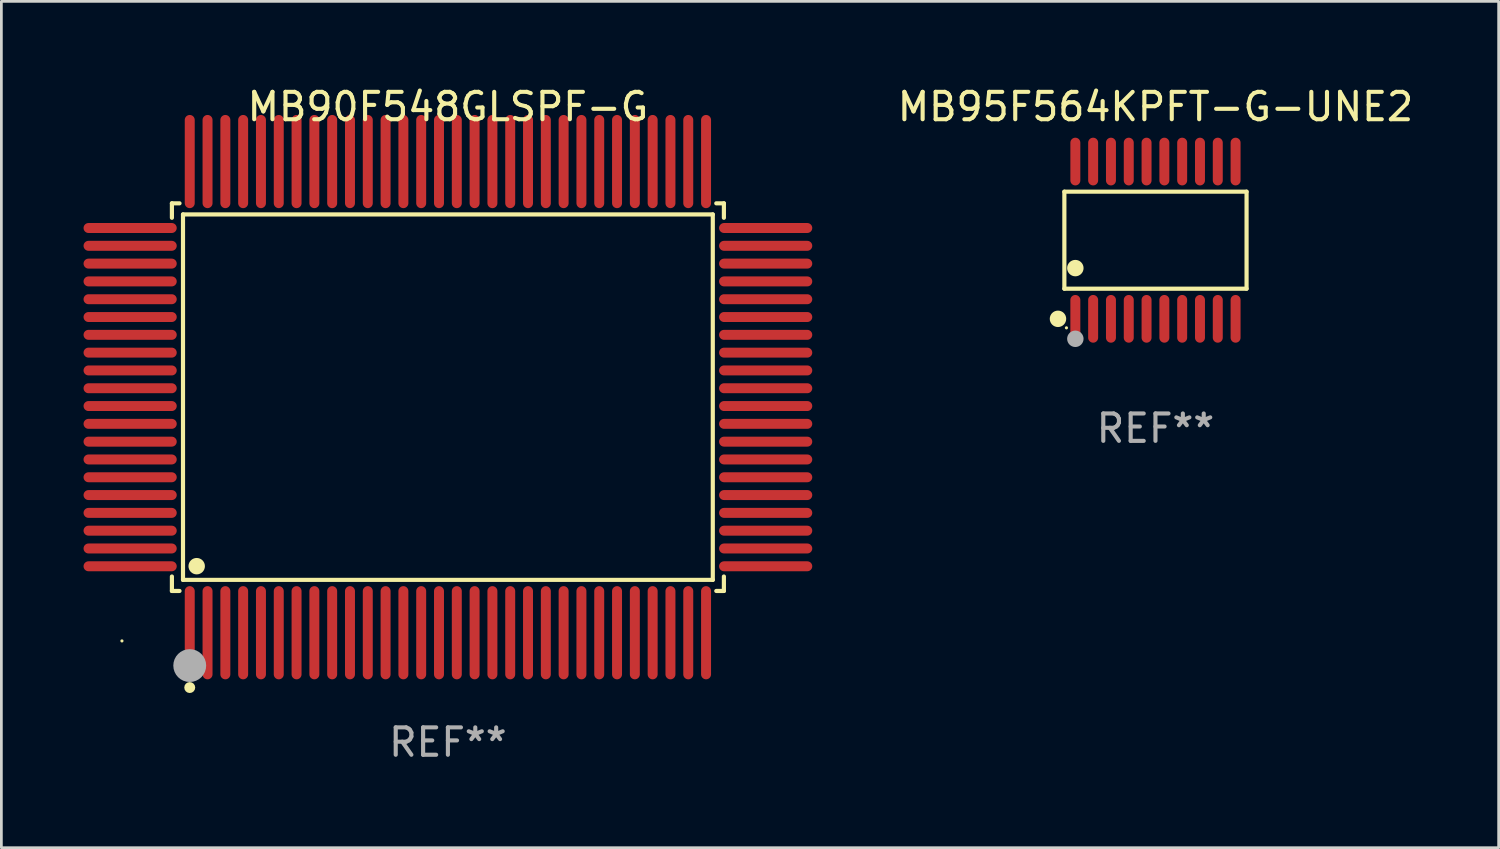
<source format=kicad_pcb>
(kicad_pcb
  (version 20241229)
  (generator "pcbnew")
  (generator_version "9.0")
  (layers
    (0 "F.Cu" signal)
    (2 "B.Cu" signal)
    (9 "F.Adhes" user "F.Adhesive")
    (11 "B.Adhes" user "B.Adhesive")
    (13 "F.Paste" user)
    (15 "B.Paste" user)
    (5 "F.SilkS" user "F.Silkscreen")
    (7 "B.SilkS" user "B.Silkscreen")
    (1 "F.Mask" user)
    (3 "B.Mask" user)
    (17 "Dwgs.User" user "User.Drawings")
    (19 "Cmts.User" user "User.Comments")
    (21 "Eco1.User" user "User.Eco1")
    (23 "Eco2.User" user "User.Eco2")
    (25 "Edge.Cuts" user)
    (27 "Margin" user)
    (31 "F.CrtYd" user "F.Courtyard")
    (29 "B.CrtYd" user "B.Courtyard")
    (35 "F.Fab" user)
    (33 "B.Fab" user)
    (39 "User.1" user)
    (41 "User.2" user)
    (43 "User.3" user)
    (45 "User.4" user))
  (footprint "MB90F548GLSPF-G"
    (layer "F.Cu")
    (at 13.302 11.449)
    (property "Reference" "MB90F548GLSPF-G" (at 0 -10.601 0) (layer "F.SilkS") (effects (font (size 1 1) (thickness 0.15))))
    (attr through_hole)
    (fp_line (start -10.076 -7.076) (end -9.798 -7.076) (stroke (width 0.152) (type solid)) (layer "F.SilkS"))
    (fp_line (start -10.076 -6.548) (end -10.076 -7.076) (stroke (width 0.152) (type solid)) (layer "F.SilkS"))
    (fp_line (start -10.076 6.548) (end -10.076 7.076) (stroke (width 0.152) (type solid)) (layer "F.SilkS"))
    (fp_line (start -10.076 7.076) (end -9.798 7.076) (stroke (width 0.152) (type solid)) (layer "F.SilkS"))
    (fp_line (start -9.671 -6.671) (end 9.671 -6.671) (stroke (width 0.152) (type solid)) (layer "F.SilkS"))
    (fp_line (start -9.671 6.671) (end -9.671 -6.671) (stroke (width 0.152) (type solid)) (layer "F.SilkS"))
    (fp_line (start 9.671 -6.671) (end 9.671 6.671) (stroke (width 0.152) (type solid)) (layer "F.SilkS"))
    (fp_line (start 9.671 6.671) (end -9.671 6.671) (stroke (width 0.152) (type solid)) (layer "F.SilkS"))
    (fp_line (start 10.076 -7.076) (end 9.798 -7.076) (stroke (width 0.152) (type solid)) (layer "F.SilkS"))
    (fp_line (start 10.076 -6.548) (end 10.076 -7.076) (stroke (width 0.152) (type solid)) (layer "F.SilkS"))
    (fp_line (start 10.076 6.548) (end 10.076 7.076) (stroke (width 0.152) (type solid)) (layer "F.SilkS"))
    (fp_line (start 10.076 7.076) (end 9.798 7.076) (stroke (width 0.152) (type solid)) (layer "F.SilkS"))
    (fp_circle (center -11.9 8.9) (end -11.87 8.9) (stroke (width 0.06) (type solid)) (fill no) (layer "F.SilkS"))
    (fp_circle (center -9.425 10.602) (end -9.325 10.602) (stroke (width 0.2) (type solid)) (fill no) (layer "F.SilkS"))
    (fp_circle (center -9.171 6.171) (end -9.021 6.171) (stroke (width 0.3) (type solid)) (fill no) (layer "F.SilkS"))
    (fp_circle (center -9.425 9.8) (end -9.125 9.8) (stroke (width 0.6) (type solid)) (fill no) (layer "F.Fab"))
    (fp_text user "REF**" (at 0 12.601 0) (layer "F.Fab") (effects (font (size 1 1) (thickness 0.15))))
    (pad "1" smd oval (at -9.425 8.601) (size 0.364 3.402) (layers "F.Cu" "F.Mask" "F.Paste"))
    (pad "2" smd oval (at -8.775 8.601) (size 0.364 3.402) (layers "F.Cu" "F.Mask" "F.Paste"))
    (pad "3" smd oval (at -8.125 8.601) (size 0.364 3.402) (layers "F.Cu" "F.Mask" "F.Paste"))
    (pad "4" smd oval (at -7.475 8.601) (size 0.364 3.402) (layers "F.Cu" "F.Mask" "F.Paste"))
    (pad "5" smd oval (at -6.825 8.601) (size 0.364 3.402) (layers "F.Cu" "F.Mask" "F.Paste"))
    (pad "6" smd oval (at -6.175 8.601) (size 0.364 3.402) (layers "F.Cu" "F.Mask" "F.Paste"))
    (pad "7" smd oval (at -5.525 8.601) (size 0.364 3.402) (layers "F.Cu" "F.Mask" "F.Paste"))
    (pad "8" smd oval (at -4.875 8.601) (size 0.364 3.402) (layers "F.Cu" "F.Mask" "F.Paste"))
    (pad "9" smd oval (at -4.225 8.601) (size 0.364 3.402) (layers "F.Cu" "F.Mask" "F.Paste"))
    (pad "10" smd oval (at -3.575 8.601) (size 0.364 3.402) (layers "F.Cu" "F.Mask" "F.Paste"))
    (pad "11" smd oval (at -2.925 8.601) (size 0.364 3.402) (layers "F.Cu" "F.Mask" "F.Paste"))
    (pad "12" smd oval (at -2.275 8.601) (size 0.364 3.402) (layers "F.Cu" "F.Mask" "F.Paste"))
    (pad "13" smd oval (at -1.625 8.601) (size 0.364 3.402) (layers "F.Cu" "F.Mask" "F.Paste"))
    (pad "14" smd oval (at -0.975 8.601) (size 0.364 3.402) (layers "F.Cu" "F.Mask" "F.Paste"))
    (pad "15" smd oval (at -0.325 8.601) (size 0.364 3.402) (layers "F.Cu" "F.Mask" "F.Paste"))
    (pad "16" smd oval (at 0.325 8.601) (size 0.364 3.402) (layers "F.Cu" "F.Mask" "F.Paste"))
    (pad "17" smd oval (at 0.975 8.601) (size 0.364 3.402) (layers "F.Cu" "F.Mask" "F.Paste"))
    (pad "18" smd oval (at 1.625 8.601) (size 0.364 3.402) (layers "F.Cu" "F.Mask" "F.Paste"))
    (pad "19" smd oval (at 2.275 8.601) (size 0.364 3.402) (layers "F.Cu" "F.Mask" "F.Paste"))
    (pad "20" smd oval (at 2.925 8.601) (size 0.364 3.402) (layers "F.Cu" "F.Mask" "F.Paste"))
    (pad "21" smd oval (at 3.575 8.601) (size 0.364 3.402) (layers "F.Cu" "F.Mask" "F.Paste"))
    (pad "22" smd oval (at 4.225 8.601) (size 0.364 3.402) (layers "F.Cu" "F.Mask" "F.Paste"))
    (pad "23" smd oval (at 4.875 8.601) (size 0.364 3.402) (layers "F.Cu" "F.Mask" "F.Paste"))
    (pad "24" smd oval (at 5.525 8.601) (size 0.364 3.402) (layers "F.Cu" "F.Mask" "F.Paste"))
    (pad "25" smd oval (at 6.175 8.601) (size 0.364 3.402) (layers "F.Cu" "F.Mask" "F.Paste"))
    (pad "26" smd oval (at 6.825 8.601) (size 0.364 3.402) (layers "F.Cu" "F.Mask" "F.Paste"))
    (pad "27" smd oval (at 7.475 8.601) (size 0.364 3.402) (layers "F.Cu" "F.Mask" "F.Paste"))
    (pad "28" smd oval (at 8.125 8.601) (size 0.364 3.402) (layers "F.Cu" "F.Mask" "F.Paste"))
    (pad "29" smd oval (at 8.775 8.601) (size 0.364 3.402) (layers "F.Cu" "F.Mask" "F.Paste"))
    (pad "30" smd oval (at 9.425 8.601) (size 0.364 3.402) (layers "F.Cu" "F.Mask" "F.Paste"))
    (pad "31" smd oval (at 11.601 6.175) (size 3.402 0.364) (layers "F.Cu" "F.Mask" "F.Paste"))
    (pad "32" smd oval (at 11.601 5.525) (size 3.402 0.364) (layers "F.Cu" "F.Mask" "F.Paste"))
    (pad "33" smd oval (at 11.601 4.875) (size 3.402 0.364) (layers "F.Cu" "F.Mask" "F.Paste"))
    (pad "34" smd oval (at 11.601 4.225) (size 3.402 0.364) (layers "F.Cu" "F.Mask" "F.Paste"))
    (pad "35" smd oval (at 11.601 3.575) (size 3.402 0.364) (layers "F.Cu" "F.Mask" "F.Paste"))
    (pad "36" smd oval (at 11.601 2.925) (size 3.402 0.364) (layers "F.Cu" "F.Mask" "F.Paste"))
    (pad "37" smd oval (at 11.601 2.275) (size 3.402 0.364) (layers "F.Cu" "F.Mask" "F.Paste"))
    (pad "38" smd oval (at 11.601 1.625) (size 3.402 0.364) (layers "F.Cu" "F.Mask" "F.Paste"))
    (pad "39" smd oval (at 11.601 0.975) (size 3.402 0.364) (layers "F.Cu" "F.Mask" "F.Paste"))
    (pad "40" smd oval (at 11.601 0.325) (size 3.402 0.364) (layers "F.Cu" "F.Mask" "F.Paste"))
    (pad "41" smd oval (at 11.601 -0.325) (size 3.402 0.364) (layers "F.Cu" "F.Mask" "F.Paste"))
    (pad "42" smd oval (at 11.601 -0.975) (size 3.402 0.364) (layers "F.Cu" "F.Mask" "F.Paste"))
    (pad "43" smd oval (at 11.601 -1.625) (size 3.402 0.364) (layers "F.Cu" "F.Mask" "F.Paste"))
    (pad "44" smd oval (at 11.601 -2.275) (size 3.402 0.364) (layers "F.Cu" "F.Mask" "F.Paste"))
    (pad "45" smd oval (at 11.601 -2.925) (size 3.402 0.364) (layers "F.Cu" "F.Mask" "F.Paste"))
    (pad "46" smd oval (at 11.601 -3.575) (size 3.402 0.364) (layers "F.Cu" "F.Mask" "F.Paste"))
    (pad "47" smd oval (at 11.601 -4.225) (size 3.402 0.364) (layers "F.Cu" "F.Mask" "F.Paste"))
    (pad "48" smd oval (at 11.601 -4.875) (size 3.402 0.364) (layers "F.Cu" "F.Mask" "F.Paste"))
    (pad "49" smd oval (at 11.601 -5.525) (size 3.402 0.364) (layers "F.Cu" "F.Mask" "F.Paste"))
    (pad "50" smd oval (at 11.601 -6.175) (size 3.402 0.364) (layers "F.Cu" "F.Mask" "F.Paste"))
    (pad "51" smd oval (at 9.425 -8.601) (size 0.364 3.402) (layers "F.Cu" "F.Mask" "F.Paste"))
    (pad "52" smd oval (at 8.775 -8.601) (size 0.364 3.402) (layers "F.Cu" "F.Mask" "F.Paste"))
    (pad "53" smd oval (at 8.125 -8.601) (size 0.364 3.402) (layers "F.Cu" "F.Mask" "F.Paste"))
    (pad "54" smd oval (at 7.475 -8.601) (size 0.364 3.402) (layers "F.Cu" "F.Mask" "F.Paste"))
    (pad "55" smd oval (at 6.825 -8.601) (size 0.364 3.402) (layers "F.Cu" "F.Mask" "F.Paste"))
    (pad "56" smd oval (at 6.175 -8.601) (size 0.364 3.402) (layers "F.Cu" "F.Mask" "F.Paste"))
    (pad "57" smd oval (at 5.525 -8.601) (size 0.364 3.402) (layers "F.Cu" "F.Mask" "F.Paste"))
    (pad "58" smd oval (at 4.875 -8.601) (size 0.364 3.402) (layers "F.Cu" "F.Mask" "F.Paste"))
    (pad "59" smd oval (at 4.225 -8.601) (size 0.364 3.402) (layers "F.Cu" "F.Mask" "F.Paste"))
    (pad "60" smd oval (at 3.575 -8.601) (size 0.364 3.402) (layers "F.Cu" "F.Mask" "F.Paste"))
    (pad "61" smd oval (at 2.925 -8.601) (size 0.364 3.402) (layers "F.Cu" "F.Mask" "F.Paste"))
    (pad "62" smd oval (at 2.275 -8.601) (size 0.364 3.402) (layers "F.Cu" "F.Mask" "F.Paste"))
    (pad "63" smd oval (at 1.625 -8.601) (size 0.364 3.402) (layers "F.Cu" "F.Mask" "F.Paste"))
    (pad "64" smd oval (at 0.975 -8.601) (size 0.364 3.402) (layers "F.Cu" "F.Mask" "F.Paste"))
    (pad "65" smd oval (at 0.325 -8.601) (size 0.364 3.402) (layers "F.Cu" "F.Mask" "F.Paste"))
    (pad "66" smd oval (at -0.325 -8.601) (size 0.364 3.402) (layers "F.Cu" "F.Mask" "F.Paste"))
    (pad "67" smd oval (at -0.975 -8.601) (size 0.364 3.402) (layers "F.Cu" "F.Mask" "F.Paste"))
    (pad "68" smd oval (at -1.625 -8.601) (size 0.364 3.402) (layers "F.Cu" "F.Mask" "F.Paste"))
    (pad "69" smd oval (at -2.275 -8.601) (size 0.364 3.402) (layers "F.Cu" "F.Mask" "F.Paste"))
    (pad "70" smd oval (at -2.925 -8.601) (size 0.364 3.402) (layers "F.Cu" "F.Mask" "F.Paste"))
    (pad "71" smd oval (at -3.575 -8.601) (size 0.364 3.402) (layers "F.Cu" "F.Mask" "F.Paste"))
    (pad "72" smd oval (at -4.225 -8.601) (size 0.364 3.402) (layers "F.Cu" "F.Mask" "F.Paste"))
    (pad "73" smd oval (at -4.875 -8.601) (size 0.364 3.402) (layers "F.Cu" "F.Mask" "F.Paste"))
    (pad "74" smd oval (at -5.525 -8.601) (size 0.364 3.402) (layers "F.Cu" "F.Mask" "F.Paste"))
    (pad "75" smd oval (at -6.175 -8.601) (size 0.364 3.402) (layers "F.Cu" "F.Mask" "F.Paste"))
    (pad "76" smd oval (at -6.825 -8.601) (size 0.364 3.402) (layers "F.Cu" "F.Mask" "F.Paste"))
    (pad "77" smd oval (at -7.475 -8.601) (size 0.364 3.402) (layers "F.Cu" "F.Mask" "F.Paste"))
    (pad "78" smd oval (at -8.125 -8.601) (size 0.364 3.402) (layers "F.Cu" "F.Mask" "F.Paste"))
    (pad "79" smd oval (at -8.775 -8.601) (size 0.364 3.402) (layers "F.Cu" "F.Mask" "F.Paste"))
    (pad "80" smd oval (at -9.425 -8.601) (size 0.364 3.402) (layers "F.Cu" "F.Mask" "F.Paste"))
    (pad "81" smd oval (at -11.601 -6.175) (size 3.402 0.364) (layers "F.Cu" "F.Mask" "F.Paste"))
    (pad "82" smd oval (at -11.601 -5.525) (size 3.402 0.364) (layers "F.Cu" "F.Mask" "F.Paste"))
    (pad "83" smd oval (at -11.601 -4.875) (size 3.402 0.364) (layers "F.Cu" "F.Mask" "F.Paste"))
    (pad "84" smd oval (at -11.601 -4.225) (size 3.402 0.364) (layers "F.Cu" "F.Mask" "F.Paste"))
    (pad "85" smd oval (at -11.601 -3.575) (size 3.402 0.364) (layers "F.Cu" "F.Mask" "F.Paste"))
    (pad "86" smd oval (at -11.601 -2.925) (size 3.402 0.364) (layers "F.Cu" "F.Mask" "F.Paste"))
    (pad "87" smd oval (at -11.601 -2.275) (size 3.402 0.364) (layers "F.Cu" "F.Mask" "F.Paste"))
    (pad "88" smd oval (at -11.601 -1.625) (size 3.402 0.364) (layers "F.Cu" "F.Mask" "F.Paste"))
    (pad "89" smd oval (at -11.601 -0.975) (size 3.402 0.364) (layers "F.Cu" "F.Mask" "F.Paste"))
    (pad "90" smd oval (at -11.601 -0.325) (size 3.402 0.364) (layers "F.Cu" "F.Mask" "F.Paste"))
    (pad "91" smd oval (at -11.601 0.325) (size 3.402 0.364) (layers "F.Cu" "F.Mask" "F.Paste"))
    (pad "92" smd oval (at -11.601 0.975) (size 3.402 0.364) (layers "F.Cu" "F.Mask" "F.Paste"))
    (pad "93" smd oval (at -11.601 1.625) (size 3.402 0.364) (layers "F.Cu" "F.Mask" "F.Paste"))
    (pad "94" smd oval (at -11.601 2.275) (size 3.402 0.364) (layers "F.Cu" "F.Mask" "F.Paste"))
    (pad "95" smd oval (at -11.601 2.925) (size 3.402 0.364) (layers "F.Cu" "F.Mask" "F.Paste"))
    (pad "96" smd oval (at -11.601 3.575) (size 3.402 0.364) (layers "F.Cu" "F.Mask" "F.Paste"))
    (pad "97" smd oval (at -11.601 4.225) (size 3.402 0.364) (layers "F.Cu" "F.Mask" "F.Paste"))
    (pad "98" smd oval (at -11.601 4.875) (size 3.402 0.364) (layers "F.Cu" "F.Mask" "F.Paste"))
    (pad "99" smd oval (at -11.601 5.525) (size 3.402 0.364) (layers "F.Cu" "F.Mask" "F.Paste"))
    (pad "100" smd oval (at -11.601 6.175) (size 3.402 0.364) (layers "F.Cu" "F.Mask" "F.Paste")))
  (footprint "MB95F564KPFT-G-UNE2"
    (layer "F.Cu")
    (at 39.134 5.719)
    (property "Reference" "MB95F564KPFT-G-UNE2" (at 0 -4.871 0) (layer "F.SilkS") (effects (font (size 1 1) (thickness 0.15))))
    (attr through_hole)
    (fp_line (start -3.326 -1.771) (end 3.326 -1.771) (stroke (width 0.152) (type solid)) (layer "F.SilkS"))
    (fp_line (start -3.326 1.771) (end -3.326 -1.771) (stroke (width 0.152) (type solid)) (layer "F.SilkS"))
    (fp_line (start 3.326 -1.771) (end 3.326 1.771) (stroke (width 0.152) (type solid)) (layer "F.SilkS"))
    (fp_line (start 3.326 1.771) (end -3.326 1.771) (stroke (width 0.152) (type solid)) (layer "F.SilkS"))
    (fp_circle (center -3.559 2.871) (end -3.409 2.871) (stroke (width 0.3) (type solid)) (fill no) (layer "F.SilkS"))
    (fp_circle (center -3.25 3.2) (end -3.22 3.2) (stroke (width 0.06) (type solid)) (fill no) (layer "F.SilkS"))
    (fp_circle (center -2.925 1.019) (end -2.775 1.019) (stroke (width 0.3) (type solid)) (fill no) (layer "F.SilkS"))
    (fp_circle (center -2.925 3.6) (end -2.775 3.6) (stroke (width 0.3) (type solid)) (fill no) (layer "F.Fab"))
    (fp_text user "REF**" (at 0 6.871 0) (layer "F.Fab") (effects (font (size 1 1) (thickness 0.15))))
    (pad "1" smd oval (at -2.925 2.871) (size 0.364 1.742) (layers "F.Cu" "F.Mask" "F.Paste"))
    (pad "2" smd oval (at -2.275 2.871) (size 0.364 1.742) (layers "F.Cu" "F.Mask" "F.Paste"))
    (pad "3" smd oval (at -1.625 2.871) (size 0.364 1.742) (layers "F.Cu" "F.Mask" "F.Paste"))
    (pad "4" smd oval (at -0.975 2.871) (size 0.364 1.742) (layers "F.Cu" "F.Mask" "F.Paste"))
    (pad "5" smd oval (at -0.325 2.871) (size 0.364 1.742) (layers "F.Cu" "F.Mask" "F.Paste"))
    (pad "6" smd oval (at 0.325 2.871) (size 0.364 1.742) (layers "F.Cu" "F.Mask" "F.Paste"))
    (pad "7" smd oval (at 0.975 2.871) (size 0.364 1.742) (layers "F.Cu" "F.Mask" "F.Paste"))
    (pad "8" smd oval (at 1.625 2.871) (size 0.364 1.742) (layers "F.Cu" "F.Mask" "F.Paste"))
    (pad "9" smd oval (at 2.275 2.871) (size 0.364 1.742) (layers "F.Cu" "F.Mask" "F.Paste"))
    (pad "10" smd oval (at 2.925 2.871) (size 0.364 1.742) (layers "F.Cu" "F.Mask" "F.Paste"))
    (pad "11" smd oval (at 2.925 -2.871) (size 0.364 1.742) (layers "F.Cu" "F.Mask" "F.Paste"))
    (pad "12" smd oval (at 2.275 -2.871) (size 0.364 1.742) (layers "F.Cu" "F.Mask" "F.Paste"))
    (pad "13" smd oval (at 1.625 -2.871) (size 0.364 1.742) (layers "F.Cu" "F.Mask" "F.Paste"))
    (pad "14" smd oval (at 0.975 -2.871) (size 0.364 1.742) (layers "F.Cu" "F.Mask" "F.Paste"))
    (pad "15" smd oval (at 0.325 -2.871) (size 0.364 1.742) (layers "F.Cu" "F.Mask" "F.Paste"))
    (pad "16" smd oval (at -0.325 -2.871) (size 0.364 1.742) (layers "F.Cu" "F.Mask" "F.Paste"))
    (pad "17" smd oval (at -0.975 -2.871) (size 0.364 1.742) (layers "F.Cu" "F.Mask" "F.Paste"))
    (pad "18" smd oval (at -1.625 -2.871) (size 0.364 1.742) (layers "F.Cu" "F.Mask" "F.Paste"))
    (pad "19" smd oval (at -2.275 -2.871) (size 0.364 1.742) (layers "F.Cu" "F.Mask" "F.Paste"))
    (pad "20" smd oval (at -2.925 -2.871) (size 0.364 1.742) (layers "F.Cu" "F.Mask" "F.Paste")))
  (gr_rect
    (start -3 -3)
    (end 51.663 27.898)
    (stroke (width 0.1) (type default))
    (fill no)
    (layer "Edge.Cuts")))
</source>
